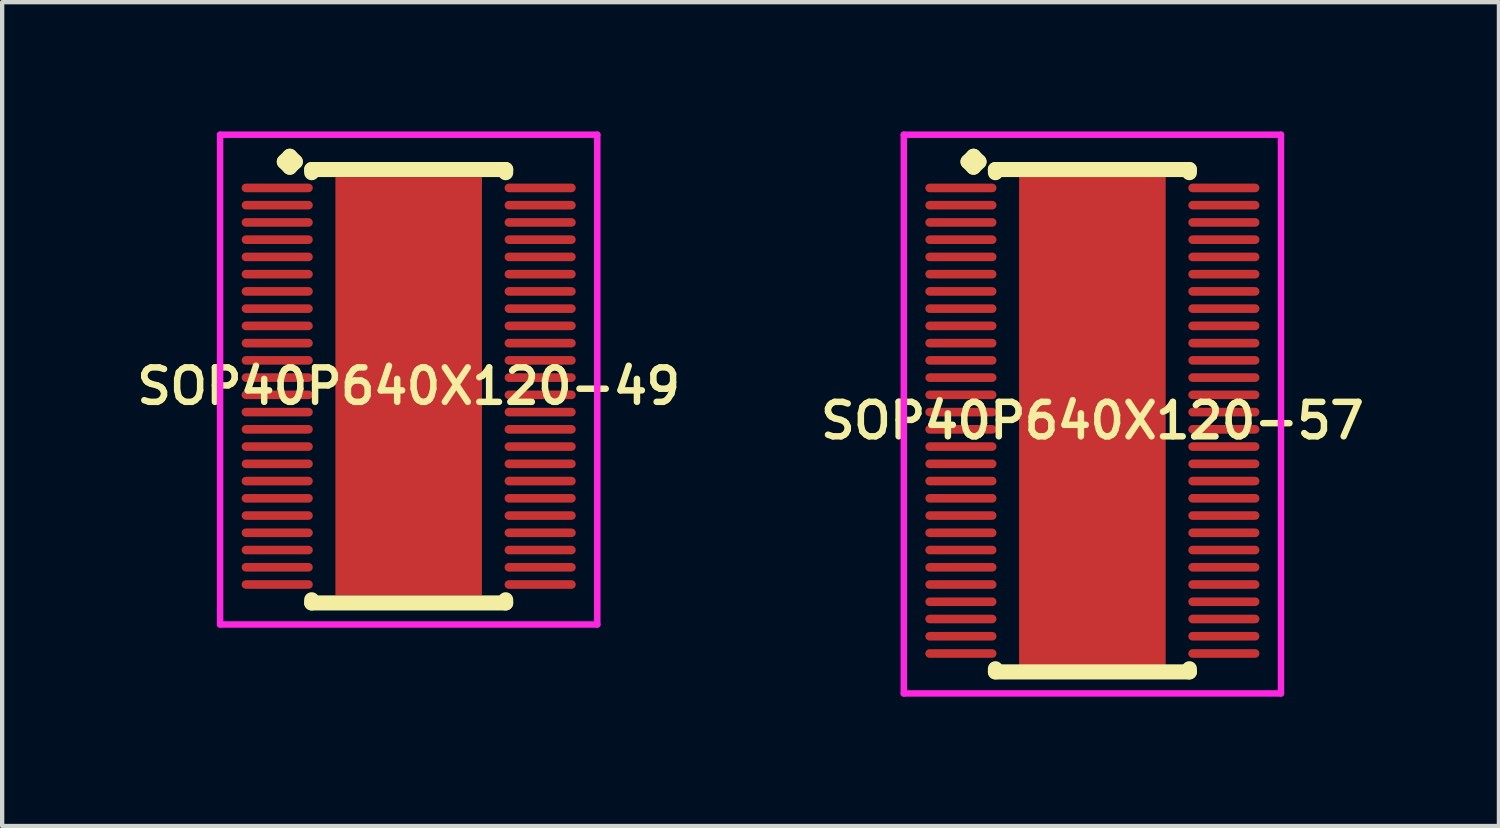
<source format=kicad_pcb>
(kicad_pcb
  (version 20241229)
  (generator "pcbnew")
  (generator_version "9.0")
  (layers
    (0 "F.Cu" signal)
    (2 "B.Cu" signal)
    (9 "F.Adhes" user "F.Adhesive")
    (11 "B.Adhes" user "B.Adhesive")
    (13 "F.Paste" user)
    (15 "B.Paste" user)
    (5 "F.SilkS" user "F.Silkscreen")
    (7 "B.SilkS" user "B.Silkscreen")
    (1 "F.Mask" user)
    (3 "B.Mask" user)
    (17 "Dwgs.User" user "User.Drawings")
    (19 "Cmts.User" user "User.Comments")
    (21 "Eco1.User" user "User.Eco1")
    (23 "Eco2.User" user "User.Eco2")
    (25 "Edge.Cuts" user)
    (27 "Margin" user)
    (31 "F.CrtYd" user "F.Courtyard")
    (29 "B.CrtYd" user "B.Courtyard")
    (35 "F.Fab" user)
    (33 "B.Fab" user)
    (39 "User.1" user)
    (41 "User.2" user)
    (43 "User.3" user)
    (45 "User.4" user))
  (footprint "SOP40P640X120-57"
    (layer "F.Cu")
    (at 22.292 6.71)
    (property "Reference" "SOP40P640X120-57" (at 0 0 0) (layer "F.SilkS") (effects (font (size 0.8 0.8) (thickness 0.15))))
    (attr smd)
    (fp_line (start -2.885 -6.008) (end -2.758 -6.135) (stroke (width 0.35) (type solid)) (layer "F.SilkS"))
    (fp_line (start -2.758 -6.135) (end -2.631 -6.008) (stroke (width 0.35) (type solid)) (layer "F.SilkS"))
    (fp_line (start -2.758 -5.881) (end -2.885 -6.008) (stroke (width 0.35) (type solid)) (layer "F.SilkS"))
    (fp_line (start -2.631 -6.008) (end -2.758 -5.881) (stroke (width 0.35) (type solid)) (layer "F.SilkS"))
    (fp_line (start -2.25 -5.827) (end 2.25 -5.827) (stroke (width 0.35) (type solid)) (layer "F.SilkS"))
    (fp_line (start -2.25 -5.754) (end -2.25 -5.827) (stroke (width 0.35) (type solid)) (layer "F.SilkS"))
    (fp_line (start -2.25 5.754) (end -2.25 5.827) (stroke (width 0.35) (type solid)) (layer "F.SilkS"))
    (fp_line (start -2.25 5.827) (end 2.25 5.827) (stroke (width 0.35) (type solid)) (layer "F.SilkS"))
    (fp_line (start 2.25 -5.827) (end 2.25 -5.754) (stroke (width 0.35) (type solid)) (layer "F.SilkS"))
    (fp_line (start 2.25 5.827) (end 2.25 5.754) (stroke (width 0.35) (type solid)) (layer "F.SilkS"))
    (fp_line (start -4.375 -6.635) (end 4.375 -6.635) (stroke (width 0.15) (type solid)) (layer "F.CrtYd"))
    (fp_line (start -4.375 6.327) (end -4.375 -6.635) (stroke (width 0.15) (type solid)) (layer "F.CrtYd"))
    (fp_line (start 4.375 -6.635) (end 4.375 6.327) (stroke (width 0.15) (type solid)) (layer "F.CrtYd"))
    (fp_line (start 4.375 6.327) (end -4.375 6.327) (stroke (width 0.15) (type solid)) (layer "F.CrtYd"))
    (pad "1" smd oval (at -3.05 -5.4) (size 1.65 0.2) (layers "F.Cu" "F.Mask" "F.Paste"))
    (pad "2" smd oval (at -3.05 -5) (size 1.65 0.2) (layers "F.Cu" "F.Mask" "F.Paste"))
    (pad "3" smd oval (at -3.05 -4.6) (size 1.65 0.2) (layers "F.Cu" "F.Mask" "F.Paste"))
    (pad "4" smd oval (at -3.05 -4.2) (size 1.65 0.2) (layers "F.Cu" "F.Mask" "F.Paste"))
    (pad "5" smd oval (at -3.05 -3.8) (size 1.65 0.2) (layers "F.Cu" "F.Mask" "F.Paste"))
    (pad "6" smd oval (at -3.05 -3.4) (size 1.65 0.2) (layers "F.Cu" "F.Mask" "F.Paste"))
    (pad "7" smd oval (at -3.05 -3) (size 1.65 0.2) (layers "F.Cu" "F.Mask" "F.Paste"))
    (pad "8" smd oval (at -3.05 -2.6) (size 1.65 0.2) (layers "F.Cu" "F.Mask" "F.Paste"))
    (pad "9" smd oval (at -3.05 -2.2) (size 1.65 0.2) (layers "F.Cu" "F.Mask" "F.Paste"))
    (pad "10" smd oval (at -3.05 -1.8) (size 1.65 0.2) (layers "F.Cu" "F.Mask" "F.Paste"))
    (pad "11" smd oval (at -3.05 -1.4) (size 1.65 0.2) (layers "F.Cu" "F.Mask" "F.Paste"))
    (pad "12" smd oval (at -3.05 -1) (size 1.65 0.2) (layers "F.Cu" "F.Mask" "F.Paste"))
    (pad "13" smd oval (at -3.05 -0.6) (size 1.65 0.2) (layers "F.Cu" "F.Mask" "F.Paste"))
    (pad "14" smd oval (at -3.05 -0.2) (size 1.65 0.2) (layers "F.Cu" "F.Mask" "F.Paste"))
    (pad "15" smd oval (at -3.05 0.2) (size 1.65 0.2) (layers "F.Cu" "F.Mask" "F.Paste"))
    (pad "16" smd oval (at -3.05 0.6) (size 1.65 0.2) (layers "F.Cu" "F.Mask" "F.Paste"))
    (pad "17" smd oval (at -3.05 1) (size 1.65 0.2) (layers "F.Cu" "F.Mask" "F.Paste"))
    (pad "18" smd oval (at -3.05 1.4) (size 1.65 0.2) (layers "F.Cu" "F.Mask" "F.Paste"))
    (pad "19" smd oval (at -3.05 1.8) (size 1.65 0.2) (layers "F.Cu" "F.Mask" "F.Paste"))
    (pad "20" smd oval (at -3.05 2.2) (size 1.65 0.2) (layers "F.Cu" "F.Mask" "F.Paste"))
    (pad "21" smd oval (at -3.05 2.6) (size 1.65 0.2) (layers "F.Cu" "F.Mask" "F.Paste"))
    (pad "22" smd oval (at -3.05 3) (size 1.65 0.2) (layers "F.Cu" "F.Mask" "F.Paste"))
    (pad "23" smd oval (at -3.05 3.4) (size 1.65 0.2) (layers "F.Cu" "F.Mask" "F.Paste"))
    (pad "24" smd oval (at -3.05 3.8) (size 1.65 0.2) (layers "F.Cu" "F.Mask" "F.Paste"))
    (pad "25" smd oval (at -3.05 4.2) (size 1.65 0.2) (layers "F.Cu" "F.Mask" "F.Paste"))
    (pad "26" smd oval (at -3.05 4.6) (size 1.65 0.2) (layers "F.Cu" "F.Mask" "F.Paste"))
    (pad "27" smd oval (at -3.05 5) (size 1.65 0.2) (layers "F.Cu" "F.Mask" "F.Paste"))
    (pad "28" smd oval (at -3.05 5.4) (size 1.65 0.2) (layers "F.Cu" "F.Mask" "F.Paste"))
    (pad "29" smd oval (at 3.05 5.4) (size 1.65 0.2) (layers "F.Cu" "F.Mask" "F.Paste"))
    (pad "30" smd oval (at 3.05 5) (size 1.65 0.2) (layers "F.Cu" "F.Mask" "F.Paste"))
    (pad "31" smd oval (at 3.05 4.6) (size 1.65 0.2) (layers "F.Cu" "F.Mask" "F.Paste"))
    (pad "32" smd oval (at 3.05 4.2) (size 1.65 0.2) (layers "F.Cu" "F.Mask" "F.Paste"))
    (pad "33" smd oval (at 3.05 3.8) (size 1.65 0.2) (layers "F.Cu" "F.Mask" "F.Paste"))
    (pad "34" smd oval (at 3.05 3.4) (size 1.65 0.2) (layers "F.Cu" "F.Mask" "F.Paste"))
    (pad "35" smd oval (at 3.05 3) (size 1.65 0.2) (layers "F.Cu" "F.Mask" "F.Paste"))
    (pad "36" smd oval (at 3.05 2.6) (size 1.65 0.2) (layers "F.Cu" "F.Mask" "F.Paste"))
    (pad "37" smd oval (at 3.05 2.2) (size 1.65 0.2) (layers "F.Cu" "F.Mask" "F.Paste"))
    (pad "38" smd oval (at 3.05 1.8) (size 1.65 0.2) (layers "F.Cu" "F.Mask" "F.Paste"))
    (pad "39" smd oval (at 3.05 1.4) (size 1.65 0.2) (layers "F.Cu" "F.Mask" "F.Paste"))
    (pad "40" smd oval (at 3.05 1) (size 1.65 0.2) (layers "F.Cu" "F.Mask" "F.Paste"))
    (pad "41" smd oval (at 3.05 0.6) (size 1.65 0.2) (layers "F.Cu" "F.Mask" "F.Paste"))
    (pad "42" smd oval (at 3.05 0.2) (size 1.65 0.2) (layers "F.Cu" "F.Mask" "F.Paste"))
    (pad "43" smd oval (at 3.05 -0.2) (size 1.65 0.2) (layers "F.Cu" "F.Mask" "F.Paste"))
    (pad "44" smd oval (at 3.05 -0.6) (size 1.65 0.2) (layers "F.Cu" "F.Mask" "F.Paste"))
    (pad "45" smd oval (at 3.05 -1) (size 1.65 0.2) (layers "F.Cu" "F.Mask" "F.Paste"))
    (pad "46" smd oval (at 3.05 -1.4) (size 1.65 0.2) (layers "F.Cu" "F.Mask" "F.Paste"))
    (pad "47" smd oval (at 3.05 -1.8) (size 1.65 0.2) (layers "F.Cu" "F.Mask" "F.Paste"))
    (pad "48" smd oval (at 3.05 -2.2) (size 1.65 0.2) (layers "F.Cu" "F.Mask" "F.Paste"))
    (pad "49" smd oval (at 3.05 -2.6) (size 1.65 0.2) (layers "F.Cu" "F.Mask" "F.Paste"))
    (pad "50" smd oval (at 3.05 -3) (size 1.65 0.2) (layers "F.Cu" "F.Mask" "F.Paste"))
    (pad "51" smd oval (at 3.05 -3.4) (size 1.65 0.2) (layers "F.Cu" "F.Mask" "F.Paste"))
    (pad "52" smd oval (at 3.05 -3.8) (size 1.65 0.2) (layers "F.Cu" "F.Mask" "F.Paste"))
    (pad "53" smd oval (at 3.05 -4.2) (size 1.65 0.2) (layers "F.Cu" "F.Mask" "F.Paste"))
    (pad "54" smd oval (at 3.05 -4.6) (size 1.65 0.2) (layers "F.Cu" "F.Mask" "F.Paste"))
    (pad "55" smd oval (at 3.05 -5) (size 1.65 0.2) (layers "F.Cu" "F.Mask" "F.Paste"))
    (pad "56" smd oval (at 3.05 -5.4) (size 1.65 0.2) (layers "F.Cu" "F.Mask" "F.Paste"))
    (pad "57" smd rect (at 0 0) (size 3.4 11.4) (layers "F.Cu" "F.Mask" "F.Paste")))
  (footprint "SOP40P640X120-49"
    (layer "F.Cu")
    (at 6.431 5.91)
    (property "Reference" "SOP40P640X120-49" (at 0 0 0) (layer "F.SilkS") (effects (font (size 0.8 0.8) (thickness 0.15))))
    (attr smd)
    (fp_line (start -2.885 -5.208) (end -2.758 -5.335) (stroke (width 0.35) (type solid)) (layer "F.SilkS"))
    (fp_line (start -2.758 -5.335) (end -2.631 -5.208) (stroke (width 0.35) (type solid)) (layer "F.SilkS"))
    (fp_line (start -2.758 -5.081) (end -2.885 -5.208) (stroke (width 0.35) (type solid)) (layer "F.SilkS"))
    (fp_line (start -2.631 -5.208) (end -2.758 -5.081) (stroke (width 0.35) (type solid)) (layer "F.SilkS"))
    (fp_line (start -2.25 -5.027) (end 2.25 -5.027) (stroke (width 0.35) (type solid)) (layer "F.SilkS"))
    (fp_line (start -2.25 -4.954) (end -2.25 -5.027) (stroke (width 0.35) (type solid)) (layer "F.SilkS"))
    (fp_line (start -2.25 4.954) (end -2.25 5.027) (stroke (width 0.35) (type solid)) (layer "F.SilkS"))
    (fp_line (start -2.25 5.027) (end 2.25 5.027) (stroke (width 0.35) (type solid)) (layer "F.SilkS"))
    (fp_line (start 2.25 -5.027) (end 2.25 -4.954) (stroke (width 0.35) (type solid)) (layer "F.SilkS"))
    (fp_line (start 2.25 5.027) (end 2.25 4.954) (stroke (width 0.35) (type solid)) (layer "F.SilkS"))
    (fp_line (start -4.375 -5.835) (end 4.375 -5.835) (stroke (width 0.15) (type solid)) (layer "F.CrtYd"))
    (fp_line (start -4.375 5.527) (end -4.375 -5.835) (stroke (width 0.15) (type solid)) (layer "F.CrtYd"))
    (fp_line (start 4.375 -5.835) (end 4.375 5.527) (stroke (width 0.15) (type solid)) (layer "F.CrtYd"))
    (fp_line (start 4.375 5.527) (end -4.375 5.527) (stroke (width 0.15) (type solid)) (layer "F.CrtYd"))
    (pad "1" smd oval (at -3.05 -4.6) (size 1.65 0.2) (layers "F.Cu" "F.Mask" "F.Paste"))
    (pad "2" smd oval (at -3.05 -4.2) (size 1.65 0.2) (layers "F.Cu" "F.Mask" "F.Paste"))
    (pad "3" smd oval (at -3.05 -3.8) (size 1.65 0.2) (layers "F.Cu" "F.Mask" "F.Paste"))
    (pad "4" smd oval (at -3.05 -3.4) (size 1.65 0.2) (layers "F.Cu" "F.Mask" "F.Paste"))
    (pad "5" smd oval (at -3.05 -3) (size 1.65 0.2) (layers "F.Cu" "F.Mask" "F.Paste"))
    (pad "6" smd oval (at -3.05 -2.6) (size 1.65 0.2) (layers "F.Cu" "F.Mask" "F.Paste"))
    (pad "7" smd oval (at -3.05 -2.2) (size 1.65 0.2) (layers "F.Cu" "F.Mask" "F.Paste"))
    (pad "8" smd oval (at -3.05 -1.8) (size 1.65 0.2) (layers "F.Cu" "F.Mask" "F.Paste"))
    (pad "9" smd oval (at -3.05 -1.4) (size 1.65 0.2) (layers "F.Cu" "F.Mask" "F.Paste"))
    (pad "10" smd oval (at -3.05 -1) (size 1.65 0.2) (layers "F.Cu" "F.Mask" "F.Paste"))
    (pad "11" smd oval (at -3.05 -0.6) (size 1.65 0.2) (layers "F.Cu" "F.Mask" "F.Paste"))
    (pad "12" smd oval (at -3.05 -0.2) (size 1.65 0.2) (layers "F.Cu" "F.Mask" "F.Paste"))
    (pad "13" smd oval (at -3.05 0.2) (size 1.65 0.2) (layers "F.Cu" "F.Mask" "F.Paste"))
    (pad "14" smd oval (at -3.05 0.6) (size 1.65 0.2) (layers "F.Cu" "F.Mask" "F.Paste"))
    (pad "15" smd oval (at -3.05 1) (size 1.65 0.2) (layers "F.Cu" "F.Mask" "F.Paste"))
    (pad "16" smd oval (at -3.05 1.4) (size 1.65 0.2) (layers "F.Cu" "F.Mask" "F.Paste"))
    (pad "17" smd oval (at -3.05 1.8) (size 1.65 0.2) (layers "F.Cu" "F.Mask" "F.Paste"))
    (pad "18" smd oval (at -3.05 2.2) (size 1.65 0.2) (layers "F.Cu" "F.Mask" "F.Paste"))
    (pad "19" smd oval (at -3.05 2.6) (size 1.65 0.2) (layers "F.Cu" "F.Mask" "F.Paste"))
    (pad "20" smd oval (at -3.05 3) (size 1.65 0.2) (layers "F.Cu" "F.Mask" "F.Paste"))
    (pad "21" smd oval (at -3.05 3.4) (size 1.65 0.2) (layers "F.Cu" "F.Mask" "F.Paste"))
    (pad "22" smd oval (at -3.05 3.8) (size 1.65 0.2) (layers "F.Cu" "F.Mask" "F.Paste"))
    (pad "23" smd oval (at -3.05 4.2) (size 1.65 0.2) (layers "F.Cu" "F.Mask" "F.Paste"))
    (pad "24" smd oval (at -3.05 4.6) (size 1.65 0.2) (layers "F.Cu" "F.Mask" "F.Paste"))
    (pad "25" smd oval (at 3.05 4.6) (size 1.65 0.2) (layers "F.Cu" "F.Mask" "F.Paste"))
    (pad "26" smd oval (at 3.05 4.2) (size 1.65 0.2) (layers "F.Cu" "F.Mask" "F.Paste"))
    (pad "27" smd oval (at 3.05 3.8) (size 1.65 0.2) (layers "F.Cu" "F.Mask" "F.Paste"))
    (pad "28" smd oval (at 3.05 3.4) (size 1.65 0.2) (layers "F.Cu" "F.Mask" "F.Paste"))
    (pad "29" smd oval (at 3.05 3) (size 1.65 0.2) (layers "F.Cu" "F.Mask" "F.Paste"))
    (pad "30" smd oval (at 3.05 2.6) (size 1.65 0.2) (layers "F.Cu" "F.Mask" "F.Paste"))
    (pad "31" smd oval (at 3.05 2.2) (size 1.65 0.2) (layers "F.Cu" "F.Mask" "F.Paste"))
    (pad "32" smd oval (at 3.05 1.8) (size 1.65 0.2) (layers "F.Cu" "F.Mask" "F.Paste"))
    (pad "33" smd oval (at 3.05 1.4) (size 1.65 0.2) (layers "F.Cu" "F.Mask" "F.Paste"))
    (pad "34" smd oval (at 3.05 1) (size 1.65 0.2) (layers "F.Cu" "F.Mask" "F.Paste"))
    (pad "35" smd oval (at 3.05 0.6) (size 1.65 0.2) (layers "F.Cu" "F.Mask" "F.Paste"))
    (pad "36" smd oval (at 3.05 0.2) (size 1.65 0.2) (layers "F.Cu" "F.Mask" "F.Paste"))
    (pad "37" smd oval (at 3.05 -0.2) (size 1.65 0.2) (layers "F.Cu" "F.Mask" "F.Paste"))
    (pad "38" smd oval (at 3.05 -0.6) (size 1.65 0.2) (layers "F.Cu" "F.Mask" "F.Paste"))
    (pad "39" smd oval (at 3.05 -1) (size 1.65 0.2) (layers "F.Cu" "F.Mask" "F.Paste"))
    (pad "40" smd oval (at 3.05 -1.4) (size 1.65 0.2) (layers "F.Cu" "F.Mask" "F.Paste"))
    (pad "41" smd oval (at 3.05 -1.8) (size 1.65 0.2) (layers "F.Cu" "F.Mask" "F.Paste"))
    (pad "42" smd oval (at 3.05 -2.2) (size 1.65 0.2) (layers "F.Cu" "F.Mask" "F.Paste"))
    (pad "43" smd oval (at 3.05 -2.6) (size 1.65 0.2) (layers "F.Cu" "F.Mask" "F.Paste"))
    (pad "44" smd oval (at 3.05 -3) (size 1.65 0.2) (layers "F.Cu" "F.Mask" "F.Paste"))
    (pad "45" smd oval (at 3.05 -3.4) (size 1.65 0.2) (layers "F.Cu" "F.Mask" "F.Paste"))
    (pad "46" smd oval (at 3.05 -3.8) (size 1.65 0.2) (layers "F.Cu" "F.Mask" "F.Paste"))
    (pad "47" smd oval (at 3.05 -4.2) (size 1.65 0.2) (layers "F.Cu" "F.Mask" "F.Paste"))
    (pad "48" smd oval (at 3.05 -4.6) (size 1.65 0.2) (layers "F.Cu" "F.Mask" "F.Paste"))
    (pad "49" smd rect (at 0 0) (size 3.4 9.7) (layers "F.Cu" "F.Mask" "F.Paste")))
  (gr_rect
    (start -3 -3)
    (end 31.723 16.112)
    (stroke (width 0.1) (type default))
    (fill no)
    (layer "Edge.Cuts")))
</source>
